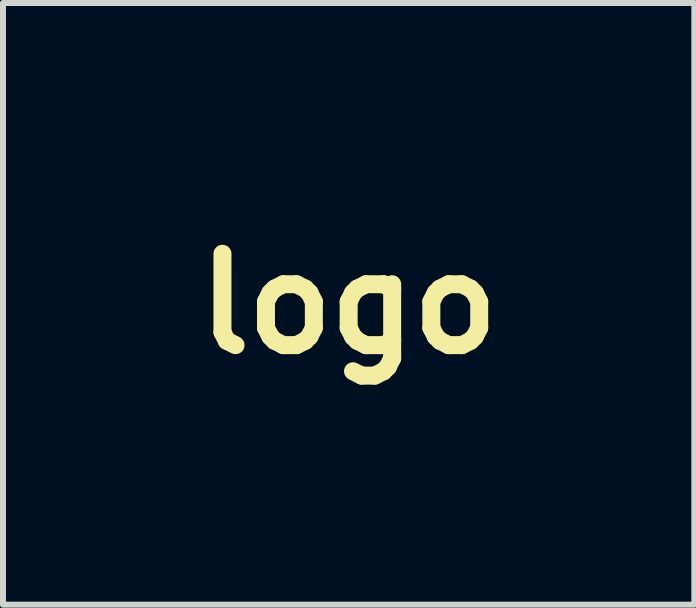
<source format=kicad_pcb>
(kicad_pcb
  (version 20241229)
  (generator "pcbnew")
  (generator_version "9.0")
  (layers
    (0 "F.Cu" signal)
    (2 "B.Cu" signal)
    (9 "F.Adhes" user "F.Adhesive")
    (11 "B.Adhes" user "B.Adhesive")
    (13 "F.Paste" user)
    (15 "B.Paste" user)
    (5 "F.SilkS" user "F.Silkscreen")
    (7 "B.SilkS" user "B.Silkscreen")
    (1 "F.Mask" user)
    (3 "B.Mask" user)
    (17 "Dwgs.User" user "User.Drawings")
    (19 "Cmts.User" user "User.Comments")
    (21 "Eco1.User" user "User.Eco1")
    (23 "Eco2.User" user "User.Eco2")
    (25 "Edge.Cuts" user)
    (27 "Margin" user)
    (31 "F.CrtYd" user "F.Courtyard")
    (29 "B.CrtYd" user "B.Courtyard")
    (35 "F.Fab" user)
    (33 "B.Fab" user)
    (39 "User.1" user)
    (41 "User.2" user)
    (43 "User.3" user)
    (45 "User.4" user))
  (footprint "logo"
    (layer "F.Cu")
    (at 2.765 2.017)
    (property "Reference" "logo" (at 0 0 0) (layer "F.SilkS") (effects (font (size 1.524 1.524) (thickness 0.3))))
    (attr through_hole)
    (fp_poly (pts (xy 0.769 -2.011) (xy 0.774 -2.011) (xy 0.776 -2.011) (xy 0.781 -2.009) (xy 0.79 -2.005) (xy 0.802 -2) (xy 0.818 -1.993) (xy 0.838 -1.983) (xy 0.863 -1.971) (xy 0.894 -1.957) (xy 0.931 -1.939) (xy 0.973 -1.918) (xy 1.023 -1.894) (xy 1.08 -1.866) (xy 1.144 -1.834) (xy 1.216 -1.799) (xy 1.297 -1.759) (xy 1.387 -1.715) (xy 1.486 -1.666) (xy 1.544 -1.637) (xy 1.596 -1.611) (xy 1.648 -1.586) (xy 1.696 -1.562) (xy 1.74 -1.54) (xy 1.779 -1.521) (xy 1.812 -1.505) (xy 1.838 -1.493) (xy 1.854 -1.485) (xy 1.857 -1.483) (xy 1.895 -1.464) (xy 1.923 -1.446) (xy 1.943 -1.428) (xy 1.956 -1.406) (xy 1.964 -1.38) (xy 1.968 -1.348) (xy 1.968 -1.335) (xy 1.969 -1.323) (xy 1.969 -1.3) (xy 1.97 -1.268) (xy 1.97 -1.226) (xy 1.971 -1.177) (xy 1.972 -1.119) (xy 1.973 -1.055) (xy 1.974 -0.985) (xy 1.975 -0.91) (xy 1.976 -0.83) (xy 1.977 -0.747) (xy 1.978 -0.66) (xy 1.979 -0.595) (xy 1.98 -0.508) (xy 1.981 -0.423) (xy 1.982 -0.342) (xy 1.983 -0.265) (xy 1.984 -0.194) (xy 1.985 -0.127) (xy 1.986 -0.068) (xy 1.987 -0.016) (xy 1.988 0.029) (xy 1.989 0.065) (xy 1.989 0.092) (xy 1.99 0.108) (xy 1.99 0.114) (xy 1.991 0.133) (xy 1.987 0.154) (xy 1.987 0.156) (xy 1.983 0.164) (xy 1.974 0.182) (xy 1.961 0.209) (xy 1.944 0.244) (xy 1.922 0.287) (xy 1.897 0.337) (xy 1.868 0.393) (xy 1.836 0.456) (xy 1.801 0.524) (xy 1.764 0.597) (xy 1.725 0.674) (xy 1.683 0.755) (xy 1.64 0.839) (xy 1.595 0.926) (xy 1.549 1.014) (xy 1.544 1.024) (xy 1.529 1.053) (xy 1.511 1.089) (xy 1.489 1.131) (xy 1.466 1.176) (xy 1.442 1.223) (xy 1.418 1.269) (xy 1.411 1.282) (xy 1.386 1.331) (xy 1.363 1.374) (xy 1.343 1.41) (xy 1.327 1.438) (xy 1.315 1.457) (xy 1.308 1.467) (xy 1.301 1.472) (xy 1.29 1.479) (xy 1.274 1.486) (xy 1.253 1.496) (xy 1.224 1.507) (xy 1.188 1.521) (xy 1.144 1.538) (xy 1.09 1.559) (xy 1.084 1.561) (xy 1.047 1.575) (xy 1.001 1.592) (xy 0.947 1.612) (xy 0.885 1.635) (xy 0.818 1.66) (xy 0.747 1.687) (xy 0.671 1.715) (xy 0.594 1.744) (xy 0.516 1.773) (xy 0.437 1.802) (xy 0.378 1.824) (xy 0.291 1.857) (xy 0.214 1.886) (xy 0.146 1.911) (xy 0.087 1.933) (xy 0.036 1.951) (xy -0.008 1.967) (xy -0.045 1.98) (xy -0.076 1.991) (xy -0.102 1.999) (xy -0.123 2.005) (xy -0.141 2.009) (xy -0.154 2.012) (xy -0.166 2.013) (xy -0.175 2.013) (xy -0.182 2.013) (xy -0.189 2.011) (xy -0.192 2.01) (xy -0.203 2.006) (xy -0.224 1.998) (xy -0.254 1.987) (xy -0.291 1.972) (xy -0.335 1.955) (xy -0.386 1.935) (xy -0.442 1.913) (xy -0.503 1.889) (xy -0.569 1.864) (xy -0.637 1.837) (xy -0.708 1.809) (xy -0.78 1.781) (xy -0.854 1.752) (xy -0.928 1.723) (xy -1.001 1.694) (xy -1.073 1.665) (xy -1.142 1.638) (xy -1.209 1.611) (xy -1.273 1.586) (xy -1.331 1.563) (xy -1.385 1.542) (xy -1.433 1.523) (xy -1.474 1.506) (xy -1.508 1.493) (xy -1.533 1.482) (xy -1.549 1.476) (xy -1.556 1.473) (xy -1.566 1.466) (xy -1.575 1.458) (xy -1.583 1.448) (xy -1.59 1.435) (xy -1.597 1.417) (xy -1.605 1.394) (xy -1.614 1.364) (xy -1.616 1.353) (xy -1.2 1.353) (xy -1.194 1.356) (xy -1.179 1.362) (xy -1.155 1.371) (xy -1.124 1.384) (xy -1.086 1.399) (xy -1.042 1.416) (xy -0.994 1.435) (xy -0.941 1.456) (xy -0.886 1.478) (xy -0.829 1.5) (xy -0.771 1.523) (xy -0.713 1.545) (xy -0.656 1.568) (xy -0.601 1.589) (xy -0.549 1.609) (xy -0.501 1.628) (xy -0.457 1.645) (xy -0.42 1.66) (xy -0.389 1.671) (xy -0.366 1.68) (xy -0.351 1.686) (xy -0.346 1.687) (xy -0.345 1.682) (xy -0.347 1.667) (xy -0.352 1.643) (xy -0.356 1.63) (xy -0.36 1.613) (xy -0.367 1.587) (xy -0.377 1.552) (xy -0.388 1.511) (xy -0.401 1.463) (xy -0.415 1.411) (xy -0.43 1.355) (xy -0.446 1.298) (xy -0.452 1.276) (xy -0.467 1.22) (xy -0.481 1.167) (xy -0.494 1.119) (xy -0.506 1.076) (xy -0.517 1.039) (xy -0.525 1.01) (xy -0.529 0.995) (xy -0.268 0.995) (xy -0.267 1) (xy -0.264 1.016) (xy -0.257 1.041) (xy -0.249 1.074) (xy -0.238 1.114) (xy -0.226 1.161) (xy -0.212 1.213) (xy -0.197 1.27) (xy -0.181 1.331) (xy -0.172 1.362) (xy -0.155 1.424) (xy -0.14 1.483) (xy -0.125 1.537) (xy -0.111 1.587) (xy -0.1 1.631) (xy -0.09 1.667) (xy -0.082 1.697) (xy -0.077 1.717) (xy -0.074 1.728) (xy -0.073 1.729) (xy -0.073 1.73) (xy -0.073 1.731) (xy -0.071 1.73) (xy -0.066 1.729) (xy -0.059 1.727) (xy -0.048 1.723) (xy -0.032 1.717) (xy -0.01 1.709) (xy 0.018 1.699) (xy 0.052 1.686) (xy 0.095 1.67) (xy 0.147 1.651) (xy 0.208 1.628) (xy 0.226 1.621) (xy 0.286 1.599) (xy 0.35 1.575) (xy 0.416 1.55) (xy 0.481 1.526) (xy 0.544 1.503) (xy 0.602 1.481) (xy 0.652 1.462) (xy 0.67 1.456) (xy 0.713 1.439) (xy 0.753 1.424) (xy 0.787 1.411) (xy 0.816 1.399) (xy 0.837 1.391) (xy 0.85 1.385) (xy 0.854 1.382) (xy 0.852 1.381) (xy 0.849 1.38) (xy 0.844 1.378) (xy 0.836 1.375) (xy 0.825 1.371) (xy 0.811 1.366) (xy 0.792 1.359) (xy 0.769 1.351) (xy 0.74 1.341) (xy 0.706 1.329) (xy 0.665 1.315) (xy 0.617 1.298) (xy 0.563 1.279) (xy 0.5 1.257) (xy 0.429 1.233) (xy 0.349 1.205) (xy 0.26 1.174) (xy 0.161 1.14) (xy 0.113 1.123) (xy 0.066 1.107) (xy 0.014 1.089) (xy -0.041 1.07) (xy -0.094 1.052) (xy -0.14 1.036) (xy -0.14 1.036) (xy -0.175 1.024) (xy -0.207 1.013) (xy -0.234 1.004) (xy -0.254 0.998) (xy -0.266 0.995) (xy -0.268 0.995) (xy -0.529 0.995) (xy -0.531 0.989) (xy -0.535 0.977) (xy -0.535 0.975) (xy -0.541 0.977) (xy -0.555 0.984) (xy -0.577 0.995) (xy -0.605 1.01) (xy -0.638 1.029) (xy -0.675 1.05) (xy -0.708 1.069) (xy -0.759 1.097) (xy -0.815 1.129) (xy -0.874 1.163) (xy -0.933 1.197) (xy -0.988 1.229) (xy -1.037 1.257) (xy -1.04 1.258) (xy -1.079 1.281) (xy -1.114 1.301) (xy -1.144 1.319) (xy -1.169 1.334) (xy -1.188 1.345) (xy -1.198 1.352) (xy -1.2 1.353) (xy -1.616 1.353) (xy -1.624 1.326) (xy -1.635 1.278) (xy -1.64 1.259) (xy -1.66 1.176) (xy -1.681 1.089) (xy -1.703 1.001) (xy -1.725 0.91) (xy -1.747 0.82) (xy -1.769 0.728) (xy -1.79 0.638) (xy -1.812 0.548) (xy -1.833 0.461) (xy -1.853 0.376) (xy -1.873 0.294) (xy -1.891 0.216) (xy -1.908 0.143) (xy -1.919 0.098) (xy -1.663 0.098) (xy -1.662 0.103) (xy -1.659 0.119) (xy -1.653 0.145) (xy -1.645 0.179) (xy -1.635 0.221) (xy -1.624 0.27) (xy -1.61 0.326) (xy -1.596 0.388) (xy -1.58 0.454) (xy -1.563 0.525) (xy -1.545 0.6) (xy -1.535 0.639) (xy -1.517 0.715) (xy -1.5 0.788) (xy -1.483 0.857) (xy -1.468 0.922) (xy -1.453 0.981) (xy -1.441 1.034) (xy -1.43 1.08) (xy -1.42 1.118) (xy -1.413 1.148) (xy -1.408 1.169) (xy -1.406 1.181) (xy -1.405 1.182) (xy -1.405 1.183) (xy -1.404 1.184) (xy -1.402 1.183) (xy -1.396 1.18) (xy -1.387 1.176) (xy -1.374 1.168) (xy -1.355 1.158) (xy -1.33 1.143) (xy -1.298 1.125) (xy -1.257 1.102) (xy -1.214 1.077) (xy -1.165 1.049) (xy -1.11 1.017) (xy -1.051 0.983) (xy -0.991 0.949) (xy -0.933 0.916) (xy -0.88 0.886) (xy -0.868 0.879) (xy -0.827 0.855) (xy -0.79 0.833) (xy -0.756 0.814) (xy -0.729 0.798) (xy -0.707 0.785) (xy -0.694 0.777) (xy -0.689 0.773) (xy -0.689 0.773) (xy -0.693 0.769) (xy -0.706 0.76) (xy -0.712 0.756) (xy -0.191 0.756) (xy -0.186 0.758) (xy -0.171 0.764) (xy -0.147 0.773) (xy -0.114 0.785) (xy -0.073 0.8) (xy -0.026 0.816) (xy 0.028 0.836) (xy 0.088 0.857) (xy 0.153 0.879) (xy 0.221 0.903) (xy 0.294 0.929) (xy 0.334 0.943) (xy 0.411 0.969) (xy 0.486 0.995) (xy 0.558 1.02) (xy 0.628 1.045) (xy 0.693 1.067) (xy 0.754 1.088) (xy 0.808 1.107) (xy 0.856 1.124) (xy 0.896 1.138) (xy 0.927 1.149) (xy 0.949 1.156) (xy 0.954 1.158) (xy 0.985 1.168) (xy 1.012 1.178) (xy 1.034 1.185) (xy 1.048 1.189) (xy 1.054 1.191) (xy 1.058 1.187) (xy 1.058 1.181) (xy 1.056 1.173) (xy 1.053 1.155) (xy 1.048 1.13) (xy 1.042 1.099) (xy 1.035 1.063) (xy 1.03 1.039) (xy 1.022 0.999) (xy 1.013 0.952) (xy 1.003 0.899) (xy 0.991 0.841) (xy 0.979 0.78) (xy 0.967 0.715) (xy 0.954 0.648) (xy 0.941 0.58) (xy 0.927 0.512) (xy 0.914 0.444) (xy 0.901 0.378) (xy 0.888 0.314) (xy 0.877 0.254) (xy 0.866 0.198) (xy 0.856 0.147) (xy 0.847 0.102) (xy 0.839 0.064) (xy 0.834 0.035) (xy 0.829 0.014) (xy 0.827 0.003) (xy 0.827 0.002) (xy 0.826 -0.002) (xy 0.826 -0.004) (xy 0.825 -0.006) (xy 0.823 -0.006) (xy 0.819 -0.005) (xy 0.812 -0.001) (xy 0.801 0.006) (xy 0.787 0.017) (xy 0.767 0.031) (xy 0.742 0.05) (xy 0.711 0.073) (xy 0.672 0.102) (xy 0.626 0.137) (xy 0.586 0.167) (xy 0.486 0.242) (xy 0.395 0.311) (xy 0.313 0.373) (xy 0.238 0.43) (xy 0.17 0.481) (xy 0.11 0.526) (xy 0.057 0.566) (xy 0.01 0.602) (xy -0.031 0.633) (xy -0.066 0.66) (xy -0.096 0.682) (xy -0.121 0.701) (xy -0.142 0.717) (xy -0.158 0.73) (xy -0.171 0.739) (xy -0.18 0.747) (xy -0.186 0.752) (xy -0.19 0.755) (xy -0.191 0.756) (xy -0.712 0.756) (xy -0.724 0.747) (xy -0.748 0.73) (xy -0.772 0.713) (xy -0.793 0.698) (xy -0.823 0.677) (xy -0.862 0.651) (xy -0.908 0.619) (xy -0.962 0.581) (xy -1.023 0.539) (xy -1.09 0.492) (xy -1.164 0.441) (xy -1.244 0.386) (xy -1.329 0.327) (xy -1.418 0.264) (xy -1.512 0.199) (xy -1.569 0.16) (xy -1.597 0.14) (xy -1.622 0.124) (xy -1.642 0.11) (xy -1.656 0.101) (xy -1.663 0.098) (xy -1.663 0.098) (xy -1.919 0.098) (xy -1.924 0.075) (xy -1.939 0.013) (xy -1.952 -0.042) (xy -1.963 -0.09) (xy -1.972 -0.13) (xy -1.975 -0.142) (xy -1.57 -0.142) (xy -1.569 -0.141) (xy -1.566 -0.138) (xy -1.56 -0.133) (xy -1.55 -0.125) (xy -1.534 -0.114) (xy -1.512 -0.098) (xy -1.482 -0.078) (xy -1.451 -0.056) (xy -1.427 -0.039) (xy -1.395 -0.017) (xy -1.357 0.01) (xy -1.312 0.041) (xy -1.262 0.075) (xy -1.208 0.113) (xy -1.152 0.152) (xy -1.094 0.192) (xy -1.035 0.233) (xy -1.005 0.254) (xy -0.948 0.293) (xy -0.894 0.331) (xy -0.842 0.367) (xy -0.794 0.401) (xy -0.75 0.431) (xy -0.711 0.458) (xy -0.678 0.481) (xy -0.653 0.499) (xy -0.634 0.512) (xy -0.627 0.517) (xy -0.584 0.546) (xy -0.583 0.478) (xy -0.582 0.461) (xy -0.582 0.433) (xy -0.583 0.397) (xy -0.583 0.352) (xy -0.583 0.301) (xy -0.583 0.244) (xy -0.584 0.182) (xy -0.585 0.117) (xy -0.585 0.05) (xy -0.586 0.007) (xy -0.587 -0.059) (xy -0.587 -0.122) (xy -0.588 -0.181) (xy -0.589 -0.234) (xy -0.59 -0.282) (xy -0.591 -0.322) (xy -0.591 -0.355) (xy -0.592 -0.379) (xy -0.343 -0.379) (xy -0.343 -0.344) (xy -0.342 -0.301) (xy -0.342 -0.251) (xy -0.341 -0.195) (xy -0.341 -0.134) (xy -0.34 -0.068) (xy -0.339 0.001) (xy -0.339 0.032) (xy -0.338 0.104) (xy -0.337 0.173) (xy -0.336 0.238) (xy -0.336 0.299) (xy -0.335 0.355) (xy -0.334 0.404) (xy -0.334 0.446) (xy -0.333 0.479) (xy -0.333 0.504) (xy -0.333 0.518) (xy -0.333 0.521) (xy -0.333 0.553) (xy 0.024 0.284) (xy 0.084 0.239) (xy 0.144 0.194) (xy 0.203 0.15) (xy 0.26 0.107) (xy 0.315 0.066) (xy 0.365 0.028) (xy 0.411 -0.007) (xy 0.45 -0.037) (xy 0.452 -0.037) (xy 1.074 -0.037) (xy 1.075 -0.032) (xy 1.078 -0.016) (xy 1.082 0.009) (xy 1.088 0.042) (xy 1.096 0.083) (xy 1.105 0.13) (xy 1.115 0.182) (xy 1.126 0.239) (xy 1.137 0.299) (xy 1.15 0.362) (xy 1.162 0.427) (xy 1.175 0.493) (xy 1.187 0.558) (xy 1.2 0.622) (xy 1.212 0.684) (xy 1.223 0.743) (xy 1.234 0.798) (xy 1.244 0.848) (xy 1.253 0.892) (xy 1.26 0.929) (xy 1.266 0.959) (xy 1.27 0.98) (xy 1.273 0.991) (xy 1.273 0.993) (xy 1.277 0.999) (xy 1.278 0.998) (xy 1.281 0.993) (xy 1.289 0.979) (xy 1.3 0.957) (xy 1.315 0.928) (xy 1.333 0.895) (xy 1.352 0.857) (xy 1.366 0.83) (xy 1.413 0.738) (xy 1.457 0.653) (xy 1.498 0.573) (xy 1.538 0.496) (xy 1.578 0.418) (xy 1.62 0.336) (xy 1.631 0.315) (xy 1.7 0.181) (xy 1.684 0.174) (xy 1.674 0.171) (xy 1.656 0.164) (xy 1.63 0.155) (xy 1.598 0.144) (xy 1.561 0.131) (xy 1.522 0.117) (xy 1.518 0.116) (xy 1.477 0.101) (xy 1.437 0.087) (xy 1.401 0.074) (xy 1.369 0.063) (xy 1.345 0.054) (xy 1.329 0.049) (xy 1.279 0.031) (xy 1.232 0.015) (xy 1.19 -0.00032) (xy 1.152 -0.013) (xy 1.12 -0.024) (xy 1.096 -0.032) (xy 1.08 -0.036) (xy 1.074 -0.037) (xy 1.074 -0.037) (xy 0.452 -0.037) (xy 0.483 -0.061) (xy 0.506 -0.078) (xy 0.538 -0.103) (xy 0.567 -0.125) (xy 0.592 -0.145) (xy 0.611 -0.16) (xy 0.623 -0.171) (xy 0.627 -0.175) (xy 0.627 -0.176) (xy 0.621 -0.178) (xy 0.605 -0.183) (xy 0.583 -0.189) (xy 0.555 -0.197) (xy 0.533 -0.202) (xy 0.513 -0.208) (xy 0.482 -0.216) (xy 0.443 -0.226) (xy 0.396 -0.238) (xy 0.343 -0.252) (xy 0.285 -0.268) (xy 0.223 -0.284) (xy 0.203 -0.289) (xy 1.104 -0.289) (xy 1.114 -0.285) (xy 1.134 -0.278) (xy 1.161 -0.269) (xy 1.195 -0.257) (xy 1.234 -0.243) (xy 1.278 -0.227) (xy 1.325 -0.21) (xy 1.374 -0.193) (xy 1.424 -0.175) (xy 1.474 -0.158) (xy 1.523 -0.141) (xy 1.569 -0.124) (xy 1.612 -0.109) (xy 1.65 -0.096) (xy 1.682 -0.085) (xy 1.707 -0.076) (xy 1.724 -0.071) (xy 1.731 -0.068) (xy 1.731 -0.068) (xy 1.733 -0.07) (xy 1.734 -0.077) (xy 1.735 -0.09) (xy 1.736 -0.11) (xy 1.736 -0.136) (xy 1.736 -0.171) (xy 1.736 -0.215) (xy 1.736 -0.269) (xy 1.735 -0.32) (xy 1.734 -0.384) (xy 1.733 -0.455) (xy 1.732 -0.529) (xy 1.731 -0.603) (xy 1.73 -0.675) (xy 1.729 -0.742) (xy 1.728 -0.798) (xy 1.724 -1.022) (xy 1.411 -0.657) (xy 1.364 -0.602) (xy 1.319 -0.549) (xy 1.277 -0.499) (xy 1.239 -0.454) (xy 1.204 -0.412) (xy 1.173 -0.376) (xy 1.148 -0.345) (xy 1.127 -0.32) (xy 1.113 -0.302) (xy 1.105 -0.292) (xy 1.104 -0.289) (xy 0.203 -0.289) (xy 0.158 -0.301) (xy 0.091 -0.319) (xy 0.052 -0.329) (xy -0.012 -0.346) (xy -0.073 -0.362) (xy -0.13 -0.377) (xy -0.183 -0.39) (xy -0.229 -0.402) (xy -0.268 -0.412) (xy -0.3 -0.419) (xy -0.324 -0.425) (xy -0.338 -0.428) (xy -0.342 -0.428) (xy -0.342 -0.422) (xy -0.343 -0.405) (xy -0.343 -0.379) (xy -0.592 -0.379) (xy -0.592 -0.379) (xy -0.593 -0.393) (xy -0.593 -0.397) (xy -0.599 -0.396) (xy -0.614 -0.393) (xy -0.638 -0.387) (xy -0.67 -0.379) (xy -0.707 -0.37) (xy -0.75 -0.359) (xy -0.796 -0.347) (xy -0.807 -0.344) (xy -0.918 -0.315) (xy -1.019 -0.289) (xy -1.11 -0.265) (xy -1.191 -0.244) (xy -1.263 -0.225) (xy -1.326 -0.209) (xy -1.38 -0.195) (xy -1.427 -0.182) (xy -1.466 -0.172) (xy -1.498 -0.163) (xy -1.524 -0.156) (xy -1.543 -0.151) (xy -1.557 -0.147) (xy -1.565 -0.145) (xy -1.569 -0.144) (xy -1.569 -0.144) (xy -1.57 -0.142) (xy -1.975 -0.142) (xy -1.979 -0.162) (xy -1.984 -0.184) (xy -1.986 -0.196) (xy -1.987 -0.198) (xy -1.986 -0.207) (xy -1.984 -0.216) (xy -1.981 -0.227) (xy -1.975 -0.24) (xy -1.966 -0.257) (xy -1.953 -0.278) (xy -1.937 -0.304) (xy -1.916 -0.336) (xy -1.89 -0.375) (xy -1.874 -0.399) (xy -1.575 -0.399) (xy -1.57 -0.396) (xy -1.565 -0.397) (xy -1.558 -0.399) (xy -1.541 -0.404) (xy -1.515 -0.41) (xy -1.48 -0.42) (xy -1.438 -0.431) (xy -1.389 -0.443) (xy -1.333 -0.458) (xy -1.273 -0.474) (xy -1.208 -0.49) (xy -1.14 -0.508) (xy -1.095 -0.52) (xy -1.025 -0.538) (xy -0.958 -0.556) (xy -0.895 -0.572) (xy -0.837 -0.588) (xy -0.785 -0.601) (xy -0.738 -0.614) (xy -0.699 -0.624) (xy -0.668 -0.633) (xy -0.646 -0.639) (xy -0.633 -0.643) (xy -0.63 -0.644) (xy -0.632 -0.649) (xy -0.635 -0.659) (xy -0.223 -0.659) (xy -0.218 -0.655) (xy -0.204 -0.649) (xy -0.184 -0.643) (xy -0.172 -0.639) (xy -0.049 -0.607) (xy 0.063 -0.577) (xy 0.165 -0.55) (xy 0.258 -0.526) (xy 0.341 -0.504) (xy 0.415 -0.484) (xy 0.481 -0.467) (xy 0.539 -0.451) (xy 0.589 -0.438) (xy 0.632 -0.427) (xy 0.669 -0.417) (xy 0.698 -0.41) (xy 0.722 -0.403) (xy 0.741 -0.399) (xy 0.754 -0.395) (xy 0.762 -0.393) (xy 0.766 -0.393) (xy 0.766 -0.392) (xy 0.766 -0.398) (xy 0.765 -0.414) (xy 0.763 -0.44) (xy 0.759 -0.475) (xy 0.755 -0.519) (xy 0.751 -0.57) (xy 0.745 -0.627) (xy 0.739 -0.691) (xy 0.733 -0.761) (xy 0.726 -0.835) (xy 0.718 -0.913) (xy 0.71 -0.994) (xy 0.71 -0.998) (xy 0.702 -1.08) (xy 0.695 -1.158) (xy 0.687 -1.232) (xy 0.681 -1.302) (xy 0.674 -1.366) (xy 0.668 -1.424) (xy 0.663 -1.475) (xy 0.659 -1.519) (xy 0.655 -1.554) (xy 0.652 -1.58) (xy 0.65 -1.597) (xy 0.649 -1.603) (xy 0.649 -1.603) (xy 0.645 -1.599) (xy 0.633 -1.587) (xy 0.615 -1.568) (xy 0.592 -1.543) (xy 0.563 -1.512) (xy 0.529 -1.476) (xy 0.491 -1.436) (xy 0.45 -1.391) (xy 0.406 -1.344) (xy 0.359 -1.293) (xy 0.311 -1.241) (xy 0.261 -1.188) (xy 0.211 -1.134) (xy 0.161 -1.079) (xy 0.112 -1.026) (xy 0.064 -0.974) (xy 0.017 -0.923) (xy -0.027 -0.875) (xy -0.068 -0.83) (xy -0.105 -0.789) (xy -0.139 -0.753) (xy -0.167 -0.721) (xy -0.191 -0.696) (xy -0.208 -0.676) (xy -0.219 -0.664) (xy -0.223 -0.659) (xy -0.223 -0.659) (xy -0.635 -0.659) (xy -0.637 -0.665) (xy -0.645 -0.688) (xy -0.657 -0.72) (xy -0.672 -0.758) (xy -0.689 -0.801) (xy -0.708 -0.849) (xy -0.728 -0.901) (xy -0.738 -0.926) (xy -0.761 -0.983) (xy -0.784 -1.038) (xy -0.805 -1.092) (xy -0.826 -1.143) (xy -0.844 -1.189) (xy -0.86 -1.229) (xy -0.873 -1.261) (xy -0.883 -1.285) (xy -0.884 -1.288) (xy -0.895 -1.316) (xy -0.906 -1.341) (xy -0.914 -1.359) (xy -0.919 -1.37) (xy -0.92 -1.371) (xy -0.924 -1.367) (xy -0.933 -1.354) (xy -0.947 -1.334) (xy -0.966 -1.307) (xy -0.988 -1.274) (xy -1.013 -1.237) (xy -1.041 -1.196) (xy -1.06 -1.167) (xy -1.091 -1.121) (xy -1.126 -1.069) (xy -1.166 -1.01) (xy -1.208 -0.947) (xy -1.251 -0.883) (xy -1.295 -0.818) (xy -1.337 -0.755) (xy -1.378 -0.695) (xy -1.386 -0.683) (xy -1.42 -0.633) (xy -1.452 -0.585) (xy -1.481 -0.541) (xy -1.507 -0.502) (xy -1.53 -0.467) (xy -1.549 -0.439) (xy -1.563 -0.418) (xy -1.572 -0.404) (xy -1.575 -0.399) (xy -1.874 -0.399) (xy -1.858 -0.423) (xy -1.844 -0.443) (xy -1.811 -0.491) (xy -1.776 -0.544) (xy -1.74 -0.598) (xy -1.704 -0.651) (xy -1.67 -0.702) (xy -1.64 -0.746) (xy -1.625 -0.768) (xy -1.596 -0.811) (xy -1.562 -0.862) (xy -1.526 -0.915) (xy -1.49 -0.97) (xy -1.455 -1.022) (xy -1.423 -1.068) (xy -1.361 -1.161) (xy -1.305 -1.244) (xy -1.255 -1.319) (xy -1.21 -1.386) (xy -1.169 -1.445) (xy -1.134 -1.498) (xy -1.107 -1.538) (xy -0.715 -1.538) (xy -0.714 -1.534) (xy -0.712 -1.527) (xy -0.708 -1.516) (xy -0.703 -1.502) (xy -0.695 -1.482) (xy -0.685 -1.457) (xy -0.673 -1.426) (xy -0.658 -1.388) (xy -0.64 -1.344) (xy -0.619 -1.291) (xy -0.594 -1.23) (xy -0.566 -1.159) (xy -0.533 -1.079) (xy -0.525 -1.058) (xy -0.507 -1.013) (xy -0.489 -0.97) (xy -0.473 -0.93) (xy -0.459 -0.896) (xy -0.448 -0.868) (xy -0.44 -0.848) (xy -0.436 -0.837) (xy -0.436 -0.837) (xy -0.429 -0.823) (xy -0.424 -0.815) (xy -0.422 -0.814) (xy -0.418 -0.818) (xy -0.406 -0.83) (xy -0.388 -0.85) (xy -0.364 -0.876) (xy -0.334 -0.908) (xy -0.299 -0.945) (xy -0.259 -0.988) (xy -0.215 -1.035) (xy -0.167 -1.087) (xy -0.116 -1.141) (xy -0.063 -1.199) (xy -0.007 -1.259) (xy -0.002 -1.264) (xy 0.068 -1.34) (xy 0.13 -1.408) (xy 0.186 -1.468) (xy 0.234 -1.52) (xy 0.276 -1.566) (xy 0.311 -1.605) (xy 0.34 -1.637) (xy 0.363 -1.664) (xy 0.379 -1.682) (xy 0.895 -1.682) (xy 0.895 -1.676) (xy 0.897 -1.659) (xy 0.899 -1.633) (xy 0.902 -1.598) (xy 0.906 -1.555) (xy 0.91 -1.505) (xy 0.916 -1.448) (xy 0.921 -1.385) (xy 0.928 -1.316) (xy 0.935 -1.244) (xy 0.942 -1.168) (xy 0.946 -1.129) (xy 0.953 -1.051) (xy 0.96 -0.976) (xy 0.967 -0.905) (xy 0.974 -0.839) (xy 0.979 -0.778) (xy 0.985 -0.724) (xy 0.989 -0.676) (xy 0.993 -0.636) (xy 0.996 -0.605) (xy 0.998 -0.583) (xy 0.999 -0.571) (xy 0.999 -0.569) (xy 1 -0.56) (xy 1.002 -0.559) (xy 1.005 -0.563) (xy 1.016 -0.575) (xy 1.033 -0.595) (xy 1.056 -0.621) (xy 1.084 -0.653) (xy 1.117 -0.691) (xy 1.153 -0.734) (xy 1.194 -0.781) (xy 1.237 -0.831) (xy 1.283 -0.885) (xy 1.319 -0.927) (xy 1.367 -0.983) (xy 1.412 -1.036) (xy 1.455 -1.086) (xy 1.495 -1.133) (xy 1.531 -1.175) (xy 1.563 -1.213) (xy 1.59 -1.245) (xy 1.612 -1.271) (xy 1.629 -1.29) (xy 1.638 -1.301) (xy 1.641 -1.304) (xy 1.641 -1.306) (xy 1.639 -1.31) (xy 1.634 -1.314) (xy 1.625 -1.32) (xy 1.612 -1.328) (xy 1.593 -1.338) (xy 1.569 -1.351) (xy 1.539 -1.366) (xy 1.501 -1.385) (xy 1.456 -1.408) (xy 1.403 -1.434) (xy 1.34 -1.465) (xy 1.273 -1.499) (xy 1.212 -1.529) (xy 1.154 -1.557) (xy 1.1 -1.583) (xy 1.051 -1.607) (xy 1.007 -1.629) (xy 0.969 -1.647) (xy 0.938 -1.662) (xy 0.915 -1.673) (xy 0.901 -1.68) (xy 0.895 -1.682) (xy 0.895 -1.682) (xy 0.379 -1.682) (xy 0.381 -1.684) (xy 0.394 -1.699) (xy 0.401 -1.709) (xy 0.403 -1.714) (xy 0.403 -1.714) (xy 0.396 -1.714) (xy 0.379 -1.712) (xy 0.352 -1.708) (xy 0.318 -1.703) (xy 0.275 -1.696) (xy 0.227 -1.689) (xy 0.173 -1.681) (xy 0.114 -1.672) (xy 0.051 -1.662) (xy -0.014 -1.652) (xy -0.082 -1.641) (xy -0.15 -1.631) (xy -0.218 -1.62) (xy -0.286 -1.609) (xy -0.352 -1.599) (xy -0.415 -1.589) (xy -0.475 -1.58) (xy -0.53 -1.571) (xy -0.579 -1.563) (xy -0.622 -1.556) (xy -0.658 -1.55) (xy -0.686 -1.545) (xy -0.705 -1.542) (xy -0.714 -1.54) (xy -0.714 -1.54) (xy -0.715 -1.538) (xy -1.107 -1.538) (xy -1.103 -1.544) (xy -1.076 -1.583) (xy -1.052 -1.617) (xy -1.032 -1.646) (xy -1.016 -1.67) (xy -1.001 -1.69) (xy -0.99 -1.706) (xy -0.98 -1.718) (xy -0.972 -1.728) (xy -0.965 -1.735) (xy -0.96 -1.74) (xy -0.955 -1.743) (xy -0.951 -1.745) (xy -0.947 -1.747) (xy -0.943 -1.749) (xy -0.94 -1.75) (xy -0.933 -1.751) (xy -0.916 -1.754) (xy -0.889 -1.759) (xy -0.852 -1.765) (xy -0.807 -1.772) (xy -0.753 -1.781) (xy -0.692 -1.79) (xy -0.625 -1.801) (xy -0.551 -1.813) (xy -0.472 -1.825) (xy -0.387 -1.839) (xy -0.298 -1.853) (xy -0.206 -1.867) (xy -0.111 -1.882) (xy -0.087 -1.886) (xy 0.027 -1.903) (xy 0.131 -1.92) (xy 0.225 -1.934) (xy 0.309 -1.947) (xy 0.384 -1.959) (xy 0.451 -1.969) (xy 0.509 -1.978) (xy 0.56 -1.986) (xy 0.604 -1.992) (xy 0.642 -1.997) (xy 0.674 -2.002) (xy 0.7 -2.005) (xy 0.722 -2.008) (xy 0.739 -2.01) (xy 0.752 -2.011) (xy 0.762 -2.012) (xy 0.769 -2.011)) (stroke (width 0.01) (type solid)) (fill yes) (layer "F.Mask")))
  (gr_rect
    (start -3 -3)
    (end 8.53 7.035)
    (stroke (width 0.1) (type default))
    (fill no)
    (layer "Edge.Cuts")))
</source>
